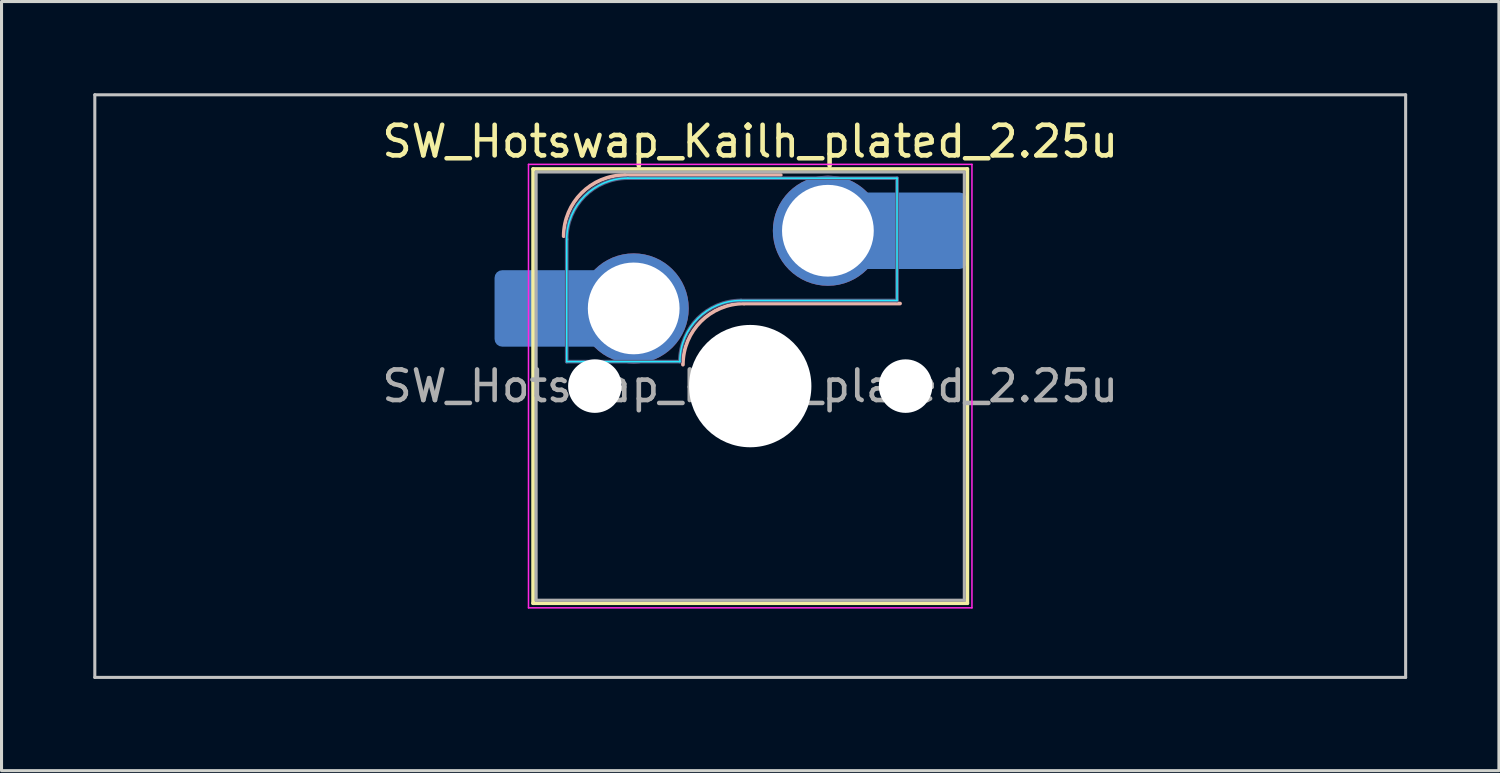
<source format=kicad_pcb>
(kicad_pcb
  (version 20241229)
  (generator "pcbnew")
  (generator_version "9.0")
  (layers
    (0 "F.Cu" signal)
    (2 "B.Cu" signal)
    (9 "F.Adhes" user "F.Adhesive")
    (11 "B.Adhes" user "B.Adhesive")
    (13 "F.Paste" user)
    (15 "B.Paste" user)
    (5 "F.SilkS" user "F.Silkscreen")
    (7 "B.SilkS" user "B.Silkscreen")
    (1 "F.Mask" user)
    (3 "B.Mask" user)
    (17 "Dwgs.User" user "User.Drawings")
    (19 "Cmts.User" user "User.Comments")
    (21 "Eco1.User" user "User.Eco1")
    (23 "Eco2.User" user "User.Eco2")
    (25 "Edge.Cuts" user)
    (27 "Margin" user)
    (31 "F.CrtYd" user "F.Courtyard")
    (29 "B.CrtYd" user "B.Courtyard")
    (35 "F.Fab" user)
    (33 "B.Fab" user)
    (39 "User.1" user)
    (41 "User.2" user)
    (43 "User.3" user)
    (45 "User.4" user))
  (footprint "SW_Hotswap_Kailh_plated_2.25u"
    (layer "F.Cu")
    (at 21.481 9.575)
    (property "Reference" "SW_Hotswap_Kailh_plated_2.25u" (at 0 -8 0) (layer "F.SilkS") (effects (font (size 1 1) (thickness 0.15))))
    (attr smd)
    (fp_line (start -7.1 -7.1) (end -7.1 7.1) (stroke (width 0.12) (type solid)) (layer "F.SilkS"))
    (fp_line (start -7.1 7.1) (end 7.1 7.1) (stroke (width 0.12) (type solid)) (layer "F.SilkS"))
    (fp_line (start 7.1 -7.1) (end -7.1 -7.1) (stroke (width 0.12) (type solid)) (layer "F.SilkS"))
    (fp_line (start 7.1 7.1) (end 7.1 -7.1) (stroke (width 0.12) (type solid)) (layer "F.SilkS"))
    (fp_line (start -4.1 -6.9) (end 1 -6.9) (stroke (width 0.12) (type solid)) (layer "B.SilkS"))
    (fp_line (start -0.2 -2.7) (end 4.9 -2.7) (stroke (width 0.12) (type solid)) (layer "B.SilkS"))
    (fp_arc (start -6.1 -4.9) (mid -5.514214 -6.314214) (end -4.1 -6.9) (stroke (width 0.12) (type solid)) (layer "B.SilkS"))
    (fp_arc (start -2.2 -0.7) (mid -1.614214 -2.114214) (end -0.2 -2.7) (stroke (width 0.12) (type solid)) (layer "B.SilkS"))
    (fp_line (start -21.431 -9.525) (end -21.431 9.525) (stroke (width 0.1) (type solid)) (layer "Dwgs.User"))
    (fp_line (start -21.431 9.525) (end 21.431 9.525) (stroke (width 0.1) (type solid)) (layer "Dwgs.User"))
    (fp_line (start 21.431 -9.525) (end -21.431 -9.525) (stroke (width 0.1) (type solid)) (layer "Dwgs.User"))
    (fp_line (start 21.431 9.525) (end 21.431 -9.525) (stroke (width 0.1) (type solid)) (layer "Dwgs.User"))
    (fp_line (start -7.8 -6) (end -7 -6) (stroke (width 0.1) (type solid)) (layer "Eco1.User"))
    (fp_line (start -7.8 -2.9) (end -7.8 -6) (stroke (width 0.1) (type solid)) (layer "Eco1.User"))
    (fp_line (start -7.8 2.9) (end -7 2.9) (stroke (width 0.1) (type solid)) (layer "Eco1.User"))
    (fp_line (start -7.8 6) (end -7.8 2.9) (stroke (width 0.1) (type solid)) (layer "Eco1.User"))
    (fp_line (start -7 -7) (end 7 -7) (stroke (width 0.1) (type solid)) (layer "Eco1.User"))
    (fp_line (start -7 -6) (end -7 -7) (stroke (width 0.1) (type solid)) (layer "Eco1.User"))
    (fp_line (start -7 -2.9) (end -7.8 -2.9) (stroke (width 0.1) (type solid)) (layer "Eco1.User"))
    (fp_line (start -7 2.9) (end -7 -2.9) (stroke (width 0.1) (type solid)) (layer "Eco1.User"))
    (fp_line (start -7 6) (end -7.8 6) (stroke (width 0.1) (type solid)) (layer "Eco1.User"))
    (fp_line (start -7 7) (end -7 6) (stroke (width 0.1) (type solid)) (layer "Eco1.User"))
    (fp_line (start 7 -7) (end 7 -6) (stroke (width 0.1) (type solid)) (layer "Eco1.User"))
    (fp_line (start 7 -6) (end 7.8 -6) (stroke (width 0.1) (type solid)) (layer "Eco1.User"))
    (fp_line (start 7 -2.9) (end 7 2.9) (stroke (width 0.1) (type solid)) (layer "Eco1.User"))
    (fp_line (start 7 2.9) (end 7.8 2.9) (stroke (width 0.1) (type solid)) (layer "Eco1.User"))
    (fp_line (start 7 6) (end 7 7) (stroke (width 0.1) (type solid)) (layer "Eco1.User"))
    (fp_line (start 7 7) (end -7 7) (stroke (width 0.1) (type solid)) (layer "Eco1.User"))
    (fp_line (start 7.8 -6) (end 7.8 -2.9) (stroke (width 0.1) (type solid)) (layer "Eco1.User"))
    (fp_line (start 7.8 -2.9) (end 7 -2.9) (stroke (width 0.1) (type solid)) (layer "Eco1.User"))
    (fp_line (start 7.8 2.9) (end 7.8 6) (stroke (width 0.1) (type solid)) (layer "Eco1.User"))
    (fp_line (start 7.8 6) (end 7 6) (stroke (width 0.1) (type solid)) (layer "Eco1.User"))
    (fp_line (start -6 -0.8) (end -6 -4.8) (stroke (width 0.05) (type solid)) (layer "B.CrtYd"))
    (fp_line (start -6 -0.8) (end -2.3 -0.8) (stroke (width 0.05) (type solid)) (layer "B.CrtYd"))
    (fp_line (start -4 -6.8) (end 4.8 -6.8) (stroke (width 0.05) (type solid)) (layer "B.CrtYd"))
    (fp_line (start -0.3 -2.8) (end 4.8 -2.8) (stroke (width 0.05) (type solid)) (layer "B.CrtYd"))
    (fp_line (start 4.8 -6.8) (end 4.8 -2.8) (stroke (width 0.05) (type solid)) (layer "B.CrtYd"))
    (fp_arc (start -6 -4.8) (mid -5.414214 -6.214214) (end -4 -6.8) (stroke (width 0.05) (type solid)) (layer "B.CrtYd"))
    (fp_arc (start -2.3 -0.8) (mid -1.714214 -2.214214) (end -0.3 -2.8) (stroke (width 0.05) (type solid)) (layer "B.CrtYd"))
    (fp_line (start -7.25 -7.25) (end -7.25 7.25) (stroke (width 0.05) (type solid)) (layer "F.CrtYd"))
    (fp_line (start -7.25 7.25) (end 7.25 7.25) (stroke (width 0.05) (type solid)) (layer "F.CrtYd"))
    (fp_line (start 7.25 -7.25) (end -7.25 -7.25) (stroke (width 0.05) (type solid)) (layer "F.CrtYd"))
    (fp_line (start 7.25 7.25) (end 7.25 -7.25) (stroke (width 0.05) (type solid)) (layer "F.CrtYd"))
    (fp_line (start -6 -0.8) (end -6 -4.8) (stroke (width 0.12) (type solid)) (layer "B.Fab"))
    (fp_line (start -6 -0.8) (end -2.3 -0.8) (stroke (width 0.12) (type solid)) (layer "B.Fab"))
    (fp_line (start -4 -6.8) (end 4.8 -6.8) (stroke (width 0.12) (type solid)) (layer "B.Fab"))
    (fp_line (start -0.3 -2.8) (end 4.8 -2.8) (stroke (width 0.12) (type solid)) (layer "B.Fab"))
    (fp_line (start 4.8 -6.8) (end 4.8 -2.8) (stroke (width 0.12) (type solid)) (layer "B.Fab"))
    (fp_arc (start -6 -4.8) (mid -5.414214 -6.214214) (end -4 -6.8) (stroke (width 0.12) (type solid)) (layer "B.Fab"))
    (fp_arc (start -2.3 -0.8) (mid -1.714214 -2.214214) (end -0.3 -2.8) (stroke (width 0.12) (type solid)) (layer "B.Fab"))
    (fp_line (start -7 -7) (end -7 7) (stroke (width 0.1) (type solid)) (layer "F.Fab"))
    (fp_line (start -7 7) (end 7 7) (stroke (width 0.1) (type solid)) (layer "F.Fab"))
    (fp_line (start 7 -7) (end -7 -7) (stroke (width 0.1) (type solid)) (layer "F.Fab"))
    (fp_line (start 7 7) (end 7 -7) (stroke (width 0.1) (type solid)) (layer "F.Fab"))
    (fp_text user "${REFERENCE}" (at 0 0 0) (layer "F.Fab") (effects (font (size 1 1) (thickness 0.15))))
    (pad "" smd roundrect (at -7.085 -2.54) (size 2.55 2.5) (layers "B.Mask" "B.Paste") (roundrect_rratio 0.1))
    (pad "" np_thru_hole circle (at -5.08 0) (size 1.75 1.75) (drill 1.75) (layers "*.Cu" "*.Mask"))
    (pad "" np_thru_hole circle (at 0 0) (size 4 4) (drill 4) (layers "*.Cu" "*.Mask"))
    (pad "" np_thru_hole circle (at 5.08 0) (size 1.75 1.75) (drill 1.75) (layers "*.Cu" "*.Mask"))
    (pad "" smd roundrect (at 5.842 -5.08) (size 2.55 2.5) (layers "B.Mask" "B.Paste") (roundrect_rratio 0.1))
    (pad "1" smd roundrect (at -6.585 -2.54) (size 3.55 2.5) (layers "B.Cu") (roundrect_rratio 0.1))
    (pad "1" thru_hole circle (at -3.81 -2.54) (size 3.6 3.6) (drill 3) (layers "*.Cu" "B.Mask"))
    (pad "2" thru_hole circle (at 2.54 -5.08) (size 3.6 3.6) (drill 3) (layers "*.Cu" "B.Mask"))
    (pad "2" smd roundrect (at 5.32 -5.08) (size 3.55 2.5) (layers "B.Cu") (roundrect_rratio 0.1)))
  (gr_rect
    (start -3 -3)
    (end 45.962 22.15)
    (stroke (width 0.1) (type default))
    (fill no)
    (layer "Edge.Cuts")))
</source>
